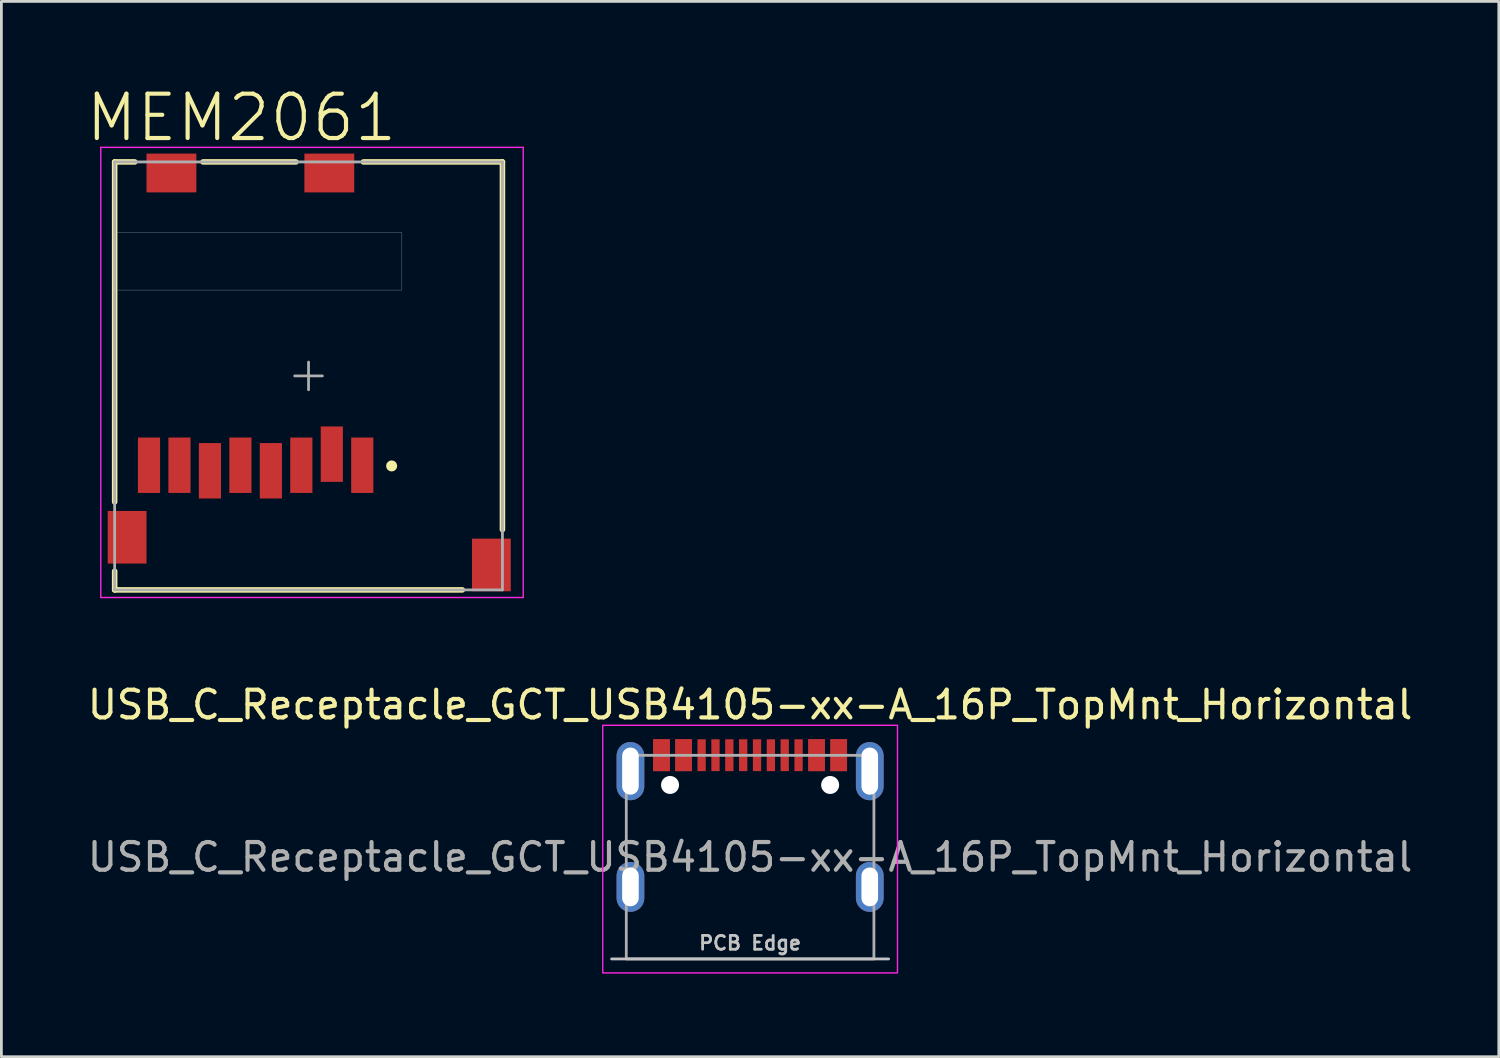
<source format=kicad_pcb>
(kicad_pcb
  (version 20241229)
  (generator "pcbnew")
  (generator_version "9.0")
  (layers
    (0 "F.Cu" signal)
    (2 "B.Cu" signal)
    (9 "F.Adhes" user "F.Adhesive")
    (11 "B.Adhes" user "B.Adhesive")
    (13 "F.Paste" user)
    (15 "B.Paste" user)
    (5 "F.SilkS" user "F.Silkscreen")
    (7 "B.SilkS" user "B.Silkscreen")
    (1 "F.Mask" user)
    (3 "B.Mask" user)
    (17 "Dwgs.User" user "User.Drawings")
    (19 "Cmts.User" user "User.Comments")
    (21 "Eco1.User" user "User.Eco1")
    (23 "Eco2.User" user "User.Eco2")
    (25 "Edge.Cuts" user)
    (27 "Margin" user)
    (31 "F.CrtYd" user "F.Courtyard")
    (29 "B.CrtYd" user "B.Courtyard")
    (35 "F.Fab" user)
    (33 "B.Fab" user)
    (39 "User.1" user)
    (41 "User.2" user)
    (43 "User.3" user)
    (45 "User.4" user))
  (footprint "USB_C_Receptacle_GCT_USB4105-xx-A_16P_TopMnt_Horizontal"
    (layer "F.Cu")
    (at 24.03 27.894)
    (property "Reference" "USB_C_Receptacle_GCT_USB4105-xx-A_16P_TopMnt_Horizontal" (at 0 -5.5 0) (unlocked yes) (layer "F.SilkS") (effects (font (size 1 1) (thickness 0.15))))
    (attr smd)
    (fp_line (start 5 3.675) (end -5 3.675) (stroke (width 0.1) (type solid)) (layer "Dwgs.User"))
    (fp_rect (start -5.32 -4.76) (end 5.32 4.18) (stroke (width 0.05) (type solid)) (fill no) (layer "F.CrtYd"))
    (fp_rect (start -4.47 -3.675) (end 4.47 3.675) (stroke (width 0.1) (type solid)) (fill no) (layer "F.Fab"))
    (fp_text user "PCB Edge" (at 0 3.1 0) (unlocked yes) (layer "Dwgs.User") (effects (font (size 0.5 0.5) (thickness 0.1))))
    (fp_text user "${REFERENCE}" (at 0 0 0) (unlocked yes) (layer "F.Fab") (effects (font (size 1 1) (thickness 0.15))))
    (pad "" np_thru_hole circle (at -2.89 -2.605) (size 0.65 0.65) (drill 0.65) (layers "*.Cu" "*.Mask"))
    (pad "" np_thru_hole circle (at 2.89 -2.605) (size 0.65 0.65) (drill 0.65) (layers "*.Cu" "*.Mask"))
    (pad "A1" smd rect (at -3.2 -3.68) (size 0.6 1.15) (layers "F.Cu" "F.Mask" "F.Paste"))
    (pad "A4" smd rect (at -2.4 -3.68) (size 0.6 1.15) (layers "F.Cu" "F.Mask" "F.Paste"))
    (pad "A5" smd rect (at -1.25 -3.68) (size 0.3 1.15) (layers "F.Cu" "F.Mask" "F.Paste"))
    (pad "A6" smd rect (at -0.25 -3.68) (size 0.3 1.15) (layers "F.Cu" "F.Mask" "F.Paste"))
    (pad "A7" smd rect (at 0.25 -3.68) (size 0.3 1.15) (layers "F.Cu" "F.Mask" "F.Paste"))
    (pad "A8" smd rect (at 1.25 -3.68) (size 0.3 1.15) (layers "F.Cu" "F.Mask" "F.Paste"))
    (pad "A9" smd rect (at 2.4 -3.68) (size 0.6 1.15) (layers "F.Cu" "F.Mask" "F.Paste"))
    (pad "A12" smd rect (at 3.2 -3.68) (size 0.6 1.15) (layers "F.Cu" "F.Mask" "F.Paste"))
    (pad "B1" smd rect (at 3.2 -3.68) (size 0.6 1.15) (layers "F.Cu" "F.Mask" "F.Paste"))
    (pad "B4" smd rect (at 2.4 -3.68) (size 0.6 1.15) (layers "F.Cu" "F.Mask" "F.Paste"))
    (pad "B5" smd rect (at 1.75 -3.68) (size 0.3 1.15) (layers "F.Cu" "F.Mask" "F.Paste"))
    (pad "B6" smd rect (at 0.75 -3.68) (size 0.3 1.15) (layers "F.Cu" "F.Mask" "F.Paste"))
    (pad "B7" smd rect (at -0.75 -3.68) (size 0.3 1.15) (layers "F.Cu" "F.Mask" "F.Paste"))
    (pad "B8" smd rect (at -1.75 -3.68) (size 0.3 1.15) (layers "F.Cu" "F.Mask" "F.Paste"))
    (pad "B9" smd rect (at -2.4 -3.68) (size 0.6 1.15) (layers "F.Cu" "F.Mask" "F.Paste"))
    (pad "B12" smd rect (at -3.2 -3.68) (size 0.6 1.15) (layers "F.Cu" "F.Mask" "F.Paste"))
    (pad "S1" thru_hole oval (at -4.32 -3.105) (size 1 2.1) (drill oval 0.6 1.7) (layers "*.Cu" "*.Mask" "F.Paste"))
    (pad "S1" thru_hole oval (at -4.32 1.075) (size 1 1.8) (drill oval 0.6 1.4) (layers "*.Cu" "*.Mask" "F.Paste"))
    (pad "S1" thru_hole oval (at 4.32 -3.105) (size 1 2.1) (drill oval 0.6 1.7) (layers "*.Cu" "*.Mask" "F.Paste"))
    (pad "S1" thru_hole oval (at 4.32 1.075) (size 1 1.8) (drill oval 0.6 1.4) (layers "*.Cu" "*.Mask" "F.Paste")))
  (footprint "MEM2061"
    (layer "F.Cu")
    (at 8.089 10.521)
    (property "Reference" "MEM2061" (at -2.421 -9.321 0) (layer "F.SilkS") (effects (font (size 1.601 1.601) (thickness 0.15))))
    (attr smd)
    (fp_line (start -7 -7.725) (end -6.274 -7.725) (stroke (width 0.2) (type solid)) (layer "F.SilkS"))
    (fp_line (start -7 4.55) (end -7 -7.725) (stroke (width 0.2) (type solid)) (layer "F.SilkS"))
    (fp_line (start -7 7.725) (end -7 7.05) (stroke (width 0.2) (type solid)) (layer "F.SilkS"))
    (fp_line (start -7 7.725) (end 5.55 7.725) (stroke (width 0.2) (type solid)) (layer "F.SilkS"))
    (fp_line (start -3.81 -7.725) (end -0.457 -7.725) (stroke (width 0.2) (type solid)) (layer "F.SilkS"))
    (fp_line (start 1.981 -7.725) (end 7 -7.725) (stroke (width 0.2) (type solid)) (layer "F.SilkS"))
    (fp_line (start 7 5.55) (end 7 -7.725) (stroke (width 0.2) (type solid)) (layer "F.SilkS"))
    (fp_circle (center 3 3.25) (end 3.1 3.25) (stroke (width 0.2) (type solid)) (fill no) (layer "F.SilkS"))
    (fp_poly (pts (xy -7.011 -5.175) (xy 3.37 -5.175) (xy 3.37 -3.1) (xy -7.011 -3.1)) (stroke (width 0.01) (type solid)) (fill no) (layer "Dwgs.User"))
    (fp_line (start -7.5 -8.25) (end 7.75 -8.25) (stroke (width 0.05) (type solid)) (layer "F.CrtYd"))
    (fp_line (start -7.5 8) (end -7.5 -8.25) (stroke (width 0.05) (type solid)) (layer "F.CrtYd"))
    (fp_line (start 7.75 -8.25) (end 7.75 8) (stroke (width 0.05) (type solid)) (layer "F.CrtYd"))
    (fp_line (start 7.75 8) (end -7.5 8) (stroke (width 0.05) (type solid)) (layer "F.CrtYd"))
    (fp_line (start -7 -7.725) (end 7 -7.725) (stroke (width 0.1) (type solid)) (layer "F.Fab"))
    (fp_line (start -7 7.725) (end -7 -7.725) (stroke (width 0.1) (type solid)) (layer "F.Fab"))
    (fp_line (start -7 7.725) (end 7 7.725) (stroke (width 0.1) (type solid)) (layer "F.Fab"))
    (fp_line (start -0.5 0) (end 0.5 0) (stroke (width 0.1) (type solid)) (layer "F.Fab"))
    (fp_line (start 0 0.5) (end 0 -0.5) (stroke (width 0.1) (type solid)) (layer "F.Fab"))
    (fp_line (start 7 7.725) (end 7 -7.725) (stroke (width 0.1) (type solid)) (layer "F.Fab"))
    (pad "1" smd rect (at 1.94 3.225) (size 0.8 2) (layers "F.Cu" "F.Mask" "F.Paste"))
    (pad "2" smd rect (at 0.84 2.825) (size 0.8 2) (layers "F.Cu" "F.Mask" "F.Paste"))
    (pad "3" smd rect (at -0.26 3.225) (size 0.8 2) (layers "F.Cu" "F.Mask" "F.Paste"))
    (pad "4" smd rect (at -1.36 3.425) (size 0.8 2) (layers "F.Cu" "F.Mask" "F.Paste"))
    (pad "5" smd rect (at -2.46 3.225) (size 0.8 2) (layers "F.Cu" "F.Mask" "F.Paste"))
    (pad "6" smd rect (at -3.56 3.425) (size 0.8 2) (layers "F.Cu" "F.Mask" "F.Paste"))
    (pad "7" smd rect (at -4.66 3.225) (size 0.8 2) (layers "F.Cu" "F.Mask" "F.Paste"))
    (pad "8" smd rect (at -5.76 3.225) (size 0.8 2) (layers "F.Cu" "F.Mask" "F.Paste"))
    (pad "9" smd rect (at -4.95 -7.325) (size 1.8 1.4) (layers "F.Cu" "F.Mask" "F.Paste"))
    (pad "10" smd rect (at 0.75 -7.325) (size 1.8 1.4) (layers "F.Cu" "F.Mask" "F.Paste"))
    (pad "11" smd rect (at -6.55 5.825) (size 1.4 1.9) (layers "F.Cu" "F.Mask" "F.Paste"))
    (pad "11" smd rect (at 6.6 6.825) (size 1.4 1.9) (layers "F.Cu" "F.Mask" "F.Paste")))
  (gr_rect
    (start -3 -3)
    (end 51.06 35.099)
    (stroke (width 0.1) (type default))
    (fill no)
    (layer "Edge.Cuts")))
</source>
